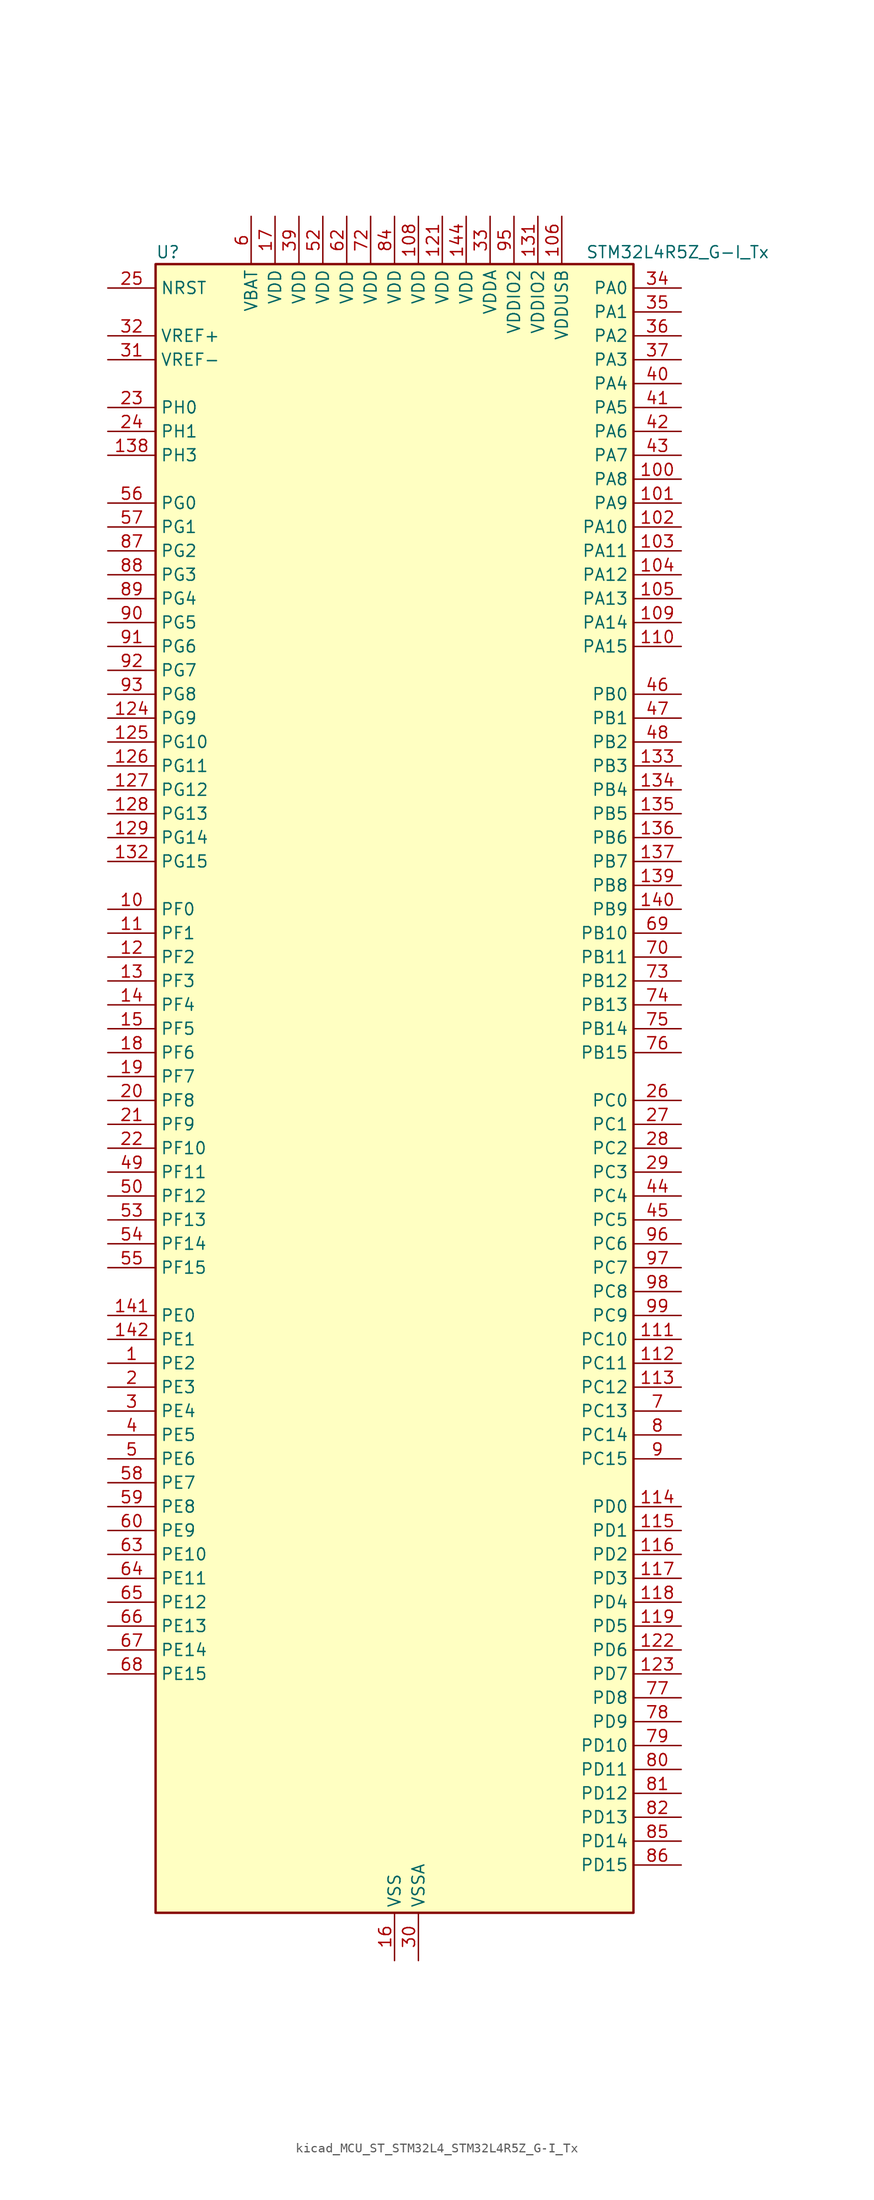
<source format=kicad_sym>
(kicad_symbol_lib
  (version 20220914)
  (generator kicad_symbol_editor)
  (symbol "kicad_MCU_ST_STM32L4_STM32L4R5Z_G-I_Tx"
    (property "Reference" "U"
      (at -25.4 90.17 0)
      (effects (font (size 1.27 1.27)) (justify left)))
    (property "Value" "STM32L4R5Z_G-I_Tx"
      (at 20.32 90.17 0)
      (effects (font (size 1.27 1.27)) (justify left)))
    (property "ki_locked" ""
      (at 0 0 0)
      (effects (font (size 1.27 1.27))))
    (symbol "kicad_MCU_ST_STM32L4_STM32L4R5Z_G-I_Tx_0_1"
      (rectangle (start -25.4 -86.36) (end 25.4 88.9) (stroke (width 0.254) (type default)) (fill (type background))))
    (symbol "kicad_MCU_ST_STM32L4_STM32L4R5Z_G-I_Tx_1_1"
      (pin bidirectional line (at -30.48 -27.94 0) (length 5.08) (name "PE2" (effects (font (size 1.27 1.27)))) (number "1" (effects (font (size 1.27 1.27)))) (alternate "FMC_A23" bidirectional line) (alternate "SAI1_CK1" bidirectional line) (alternate "SAI1_MCLK_A" bidirectional line) (alternate "SYS_TRACECLK" bidirectional line) (alternate "TIM3_ETR" bidirectional line) (alternate "TSC_G7_IO1" bidirectional line))
      (pin bidirectional line (at -30.48 20.32 0) (length 5.08) (name "PF0" (effects (font (size 1.27 1.27)))) (number "10" (effects (font (size 1.27 1.27)))) (alternate "FMC_A0" bidirectional line) (alternate "I2C2_SDA" bidirectional line) (alternate "OCTOSPIM_P2_IO0" bidirectional line))
      (pin bidirectional line (at 30.48 66.04 180) (length 5.08) (name "PA8" (effects (font (size 1.27 1.27)))) (number "100" (effects (font (size 1.27 1.27)))) (alternate "LPTIM2_OUT" bidirectional line) (alternate "RCC_MCO" bidirectional line) (alternate "SAI1_CK2" bidirectional line) (alternate "SAI1_SCK_A" bidirectional line) (alternate "TIM1_CH1" bidirectional line) (alternate "USART1_CK" bidirectional line) (alternate "USB_OTG_FS_SOF" bidirectional line))
      (pin bidirectional line (at 30.48 63.5 180) (length 5.08) (name "PA9" (effects (font (size 1.27 1.27)))) (number "101" (effects (font (size 1.27 1.27)))) (alternate "DAC1_EXTI9" bidirectional line) (alternate "DCMI_D0" bidirectional line) (alternate "SAI1_FS_A" bidirectional line) (alternate "SPI2_SCK" bidirectional line) (alternate "TIM15_BKIN" bidirectional line) (alternate "TIM1_CH2" bidirectional line) (alternate "USART1_TX" bidirectional line) (alternate "USB_OTG_FS_VBUS" bidirectional line))
      (pin bidirectional line (at 30.48 60.96 180) (length 5.08) (name "PA10" (effects (font (size 1.27 1.27)))) (number "102" (effects (font (size 1.27 1.27)))) (alternate "DCMI_D1" bidirectional line) (alternate "SAI1_D1" bidirectional line) (alternate "SAI1_SD_A" bidirectional line) (alternate "TIM17_BKIN" bidirectional line) (alternate "TIM1_CH3" bidirectional line) (alternate "USART1_RX" bidirectional line) (alternate "USB_OTG_FS_ID" bidirectional line))
      (pin bidirectional line (at 30.48 58.42 180) (length 5.08) (name "PA11" (effects (font (size 1.27 1.27)))) (number "103" (effects (font (size 1.27 1.27)))) (alternate "ADC1_EXTI11" bidirectional line) (alternate "CAN1_RX" bidirectional line) (alternate "SPI1_MISO" bidirectional line) (alternate "TIM1_BKIN2" bidirectional line) (alternate "TIM1_CH4" bidirectional line) (alternate "USART1_CTS" bidirectional line) (alternate "USART1_NSS" bidirectional line) (alternate "USB_OTG_FS_DM" bidirectional line))
      (pin bidirectional line (at 30.48 55.88 180) (length 5.08) (name "PA12" (effects (font (size 1.27 1.27)))) (number "104" (effects (font (size 1.27 1.27)))) (alternate "CAN1_TX" bidirectional line) (alternate "SPI1_MOSI" bidirectional line) (alternate "TIM1_ETR" bidirectional line) (alternate "USART1_DE" bidirectional line) (alternate "USART1_RTS" bidirectional line) (alternate "USB_OTG_FS_DP" bidirectional line))
      (pin bidirectional line (at 30.48 53.34 180) (length 5.08) (name "PA13" (effects (font (size 1.27 1.27)))) (number "105" (effects (font (size 1.27 1.27)))) (alternate "IR_OUT" bidirectional line) (alternate "SAI1_SD_B" bidirectional line) (alternate "SYS_JTMS-SWDIO" bidirectional line) (alternate "USB_OTG_FS_NOE" bidirectional line))
      (pin power_in line (at 17.78 93.98 270) (length 5.08) (name "VDDUSB" (effects (font (size 1.27 1.27)))) (number "106" (effects (font (size 1.27 1.27)))))
      (pin passive line (at 0 -91.44 90) (length 5.08) hide (name "VSS" (effects (font (size 1.27 1.27)))) (number "107" (effects (font (size 1.27 1.27)))))
      (pin power_in line (at 2.54 93.98 270) (length 5.08) (name "VDD" (effects (font (size 1.27 1.27)))) (number "108" (effects (font (size 1.27 1.27)))))
      (pin bidirectional line (at 30.48 50.8 180) (length 5.08) (name "PA14" (effects (font (size 1.27 1.27)))) (number "109" (effects (font (size 1.27 1.27)))) (alternate "I2C1_SMBA" bidirectional line) (alternate "I2C4_SMBA" bidirectional line) (alternate "LPTIM1_OUT" bidirectional line) (alternate "SAI1_FS_B" bidirectional line) (alternate "SYS_JTCK-SWCLK" bidirectional line) (alternate "USB_OTG_FS_SOF" bidirectional line))
      (pin bidirectional line (at -30.48 17.78 0) (length 5.08) (name "PF1" (effects (font (size 1.27 1.27)))) (number "11" (effects (font (size 1.27 1.27)))) (alternate "FMC_A1" bidirectional line) (alternate "I2C2_SCL" bidirectional line) (alternate "OCTOSPIM_P2_IO1" bidirectional line))
      (pin bidirectional line (at 30.48 48.26 180) (length 5.08) (name "PA15" (effects (font (size 1.27 1.27)))) (number "110" (effects (font (size 1.27 1.27)))) (alternate "ADC1_EXTI15" bidirectional line) (alternate "SAI2_FS_B" bidirectional line) (alternate "SPI1_NSS" bidirectional line) (alternate "SPI3_NSS" bidirectional line) (alternate "SYS_JTDI" bidirectional line) (alternate "TIM2_CH1" bidirectional line) (alternate "TIM2_ETR" bidirectional line) (alternate "TSC_G3_IO1" bidirectional line) (alternate "UART4_DE" bidirectional line) (alternate "UART4_RTS" bidirectional line) (alternate "USART2_RX" bidirectional line) (alternate "USART3_DE" bidirectional line) (alternate "USART3_RTS" bidirectional line))
      (pin bidirectional line (at 30.48 -25.4 180) (length 5.08) (name "PC10" (effects (font (size 1.27 1.27)))) (number "111" (effects (font (size 1.27 1.27)))) (alternate "DCMI_D8" bidirectional line) (alternate "SAI2_SCK_B" bidirectional line) (alternate "SDMMC1_D2" bidirectional line) (alternate "SPI3_SCK" bidirectional line) (alternate "SYS_TRACED1" bidirectional line) (alternate "TSC_G3_IO2" bidirectional line) (alternate "UART4_TX" bidirectional line) (alternate "USART3_TX" bidirectional line))
      (pin bidirectional line (at 30.48 -27.94 180) (length 5.08) (name "PC11" (effects (font (size 1.27 1.27)))) (number "112" (effects (font (size 1.27 1.27)))) (alternate "ADC1_EXTI11" bidirectional line) (alternate "DCMI_D2" bidirectional line) (alternate "DCMI_D4" bidirectional line) (alternate "OCTOSPIM_P1_NCS" bidirectional line) (alternate "SAI2_MCLK_B" bidirectional line) (alternate "SDMMC1_D3" bidirectional line) (alternate "SPI3_MISO" bidirectional line) (alternate "TSC_G3_IO3" bidirectional line) (alternate "UART4_RX" bidirectional line) (alternate "USART3_RX" bidirectional line))
      (pin bidirectional line (at 30.48 -30.48 180) (length 5.08) (name "PC12" (effects (font (size 1.27 1.27)))) (number "113" (effects (font (size 1.27 1.27)))) (alternate "DCMI_D9" bidirectional line) (alternate "SAI2_SD_B" bidirectional line) (alternate "SDMMC1_CK" bidirectional line) (alternate "SPI3_MOSI" bidirectional line) (alternate "SYS_TRACED3" bidirectional line) (alternate "TSC_G3_IO4" bidirectional line) (alternate "UART5_TX" bidirectional line) (alternate "USART3_CK" bidirectional line))
      (pin bidirectional line (at 30.48 -43.18 180) (length 5.08) (name "PD0" (effects (font (size 1.27 1.27)))) (number "114" (effects (font (size 1.27 1.27)))) (alternate "CAN1_RX" bidirectional line) (alternate "DFSDM1_DATIN7" bidirectional line) (alternate "FMC_D2" bidirectional line) (alternate "FMC_DA2" bidirectional line) (alternate "SPI2_NSS" bidirectional line))
      (pin bidirectional line (at 30.48 -45.72 180) (length 5.08) (name "PD1" (effects (font (size 1.27 1.27)))) (number "115" (effects (font (size 1.27 1.27)))) (alternate "CAN1_TX" bidirectional line) (alternate "DFSDM1_CKIN7" bidirectional line) (alternate "FMC_D3" bidirectional line) (alternate "FMC_DA3" bidirectional line) (alternate "SPI2_SCK" bidirectional line))
      (pin bidirectional line (at 30.48 -48.26 180) (length 5.08) (name "PD2" (effects (font (size 1.27 1.27)))) (number "116" (effects (font (size 1.27 1.27)))) (alternate "DCMI_D11" bidirectional line) (alternate "SDMMC1_CMD" bidirectional line) (alternate "SYS_TRACED2" bidirectional line) (alternate "TIM3_ETR" bidirectional line) (alternate "TSC_SYNC" bidirectional line) (alternate "UART5_RX" bidirectional line) (alternate "USART3_DE" bidirectional line) (alternate "USART3_RTS" bidirectional line))
      (pin bidirectional line (at 30.48 -50.8 180) (length 5.08) (name "PD3" (effects (font (size 1.27 1.27)))) (number "117" (effects (font (size 1.27 1.27)))) (alternate "DCMI_D5" bidirectional line) (alternate "DFSDM1_DATIN0" bidirectional line) (alternate "FMC_CLK" bidirectional line) (alternate "OCTOSPIM_P2_NCS" bidirectional line) (alternate "SPI2_MISO" bidirectional line) (alternate "SPI2_SCK" bidirectional line) (alternate "USART2_CTS" bidirectional line) (alternate "USART2_NSS" bidirectional line))
      (pin bidirectional line (at 30.48 -53.34 180) (length 5.08) (name "PD4" (effects (font (size 1.27 1.27)))) (number "118" (effects (font (size 1.27 1.27)))) (alternate "DFSDM1_CKIN0" bidirectional line) (alternate "FMC_NOE" bidirectional line) (alternate "OCTOSPIM_P1_IO4" bidirectional line) (alternate "SPI2_MOSI" bidirectional line) (alternate "USART2_DE" bidirectional line) (alternate "USART2_RTS" bidirectional line))
      (pin bidirectional line (at 30.48 -55.88 180) (length 5.08) (name "PD5" (effects (font (size 1.27 1.27)))) (number "119" (effects (font (size 1.27 1.27)))) (alternate "FMC_NWE" bidirectional line) (alternate "OCTOSPIM_P1_IO5" bidirectional line) (alternate "USART2_TX" bidirectional line))
      (pin bidirectional line (at -30.48 15.24 0) (length 5.08) (name "PF2" (effects (font (size 1.27 1.27)))) (number "12" (effects (font (size 1.27 1.27)))) (alternate "FMC_A2" bidirectional line) (alternate "I2C2_SMBA" bidirectional line) (alternate "OCTOSPIM_P2_IO2" bidirectional line))
      (pin passive line (at 0 -91.44 90) (length 5.08) hide (name "VSS" (effects (font (size 1.27 1.27)))) (number "120" (effects (font (size 1.27 1.27)))))
      (pin power_in line (at 5.08 93.98 270) (length 5.08) (name "VDD" (effects (font (size 1.27 1.27)))) (number "121" (effects (font (size 1.27 1.27)))))
      (pin bidirectional line (at 30.48 -58.42 180) (length 5.08) (name "PD6" (effects (font (size 1.27 1.27)))) (number "122" (effects (font (size 1.27 1.27)))) (alternate "DCMI_D10" bidirectional line) (alternate "DFSDM1_DATIN1" bidirectional line) (alternate "FMC_NWAIT" bidirectional line) (alternate "OCTOSPIM_P1_IO6" bidirectional line) (alternate "SAI1_D1" bidirectional line) (alternate "SAI1_SD_A" bidirectional line) (alternate "SPI3_MOSI" bidirectional line) (alternate "USART2_RX" bidirectional line))
      (pin bidirectional line (at 30.48 -60.96 180) (length 5.08) (name "PD7" (effects (font (size 1.27 1.27)))) (number "123" (effects (font (size 1.27 1.27)))) (alternate "DFSDM1_CKIN1" bidirectional line) (alternate "FMC_NCE" bidirectional line) (alternate "FMC_NE1" bidirectional line) (alternate "OCTOSPIM_P1_IO7" bidirectional line) (alternate "USART2_CK" bidirectional line))
      (pin bidirectional line (at -30.48 40.64 0) (length 5.08) (name "PG9" (effects (font (size 1.27 1.27)))) (number "124" (effects (font (size 1.27 1.27)))) (alternate "DAC1_EXTI9" bidirectional line) (alternate "FMC_NCE" bidirectional line) (alternate "FMC_NE2" bidirectional line) (alternate "OCTOSPIM_P2_IO6" bidirectional line) (alternate "SAI2_SCK_A" bidirectional line) (alternate "SPI3_SCK" bidirectional line) (alternate "TIM15_CH1N" bidirectional line) (alternate "USART1_TX" bidirectional line))
      (pin bidirectional line (at -30.48 38.1 0) (length 5.08) (name "PG10" (effects (font (size 1.27 1.27)))) (number "125" (effects (font (size 1.27 1.27)))) (alternate "FMC_NE3" bidirectional line) (alternate "LPTIM1_IN1" bidirectional line) (alternate "OCTOSPIM_P2_IO7" bidirectional line) (alternate "SAI2_FS_A" bidirectional line) (alternate "SPI3_MISO" bidirectional line) (alternate "TIM15_CH1" bidirectional line) (alternate "USART1_RX" bidirectional line))
      (pin bidirectional line (at -30.48 35.56 0) (length 5.08) (name "PG11" (effects (font (size 1.27 1.27)))) (number "126" (effects (font (size 1.27 1.27)))) (alternate "ADC1_EXTI11" bidirectional line) (alternate "LPTIM1_IN2" bidirectional line) (alternate "OCTOSPIM_P1_IO5" bidirectional line) (alternate "SAI2_MCLK_A" bidirectional line) (alternate "SPI3_MOSI" bidirectional line) (alternate "TIM15_CH2" bidirectional line) (alternate "USART1_CTS" bidirectional line) (alternate "USART1_NSS" bidirectional line))
      (pin bidirectional line (at -30.48 33.02 0) (length 5.08) (name "PG12" (effects (font (size 1.27 1.27)))) (number "127" (effects (font (size 1.27 1.27)))) (alternate "FMC_NE4" bidirectional line) (alternate "LPTIM1_ETR" bidirectional line) (alternate "OCTOSPIM_P2_NCS" bidirectional line) (alternate "SAI2_SD_A" bidirectional line) (alternate "SPI3_NSS" bidirectional line) (alternate "USART1_DE" bidirectional line) (alternate "USART1_RTS" bidirectional line))
      (pin bidirectional line (at -30.48 30.48 0) (length 5.08) (name "PG13" (effects (font (size 1.27 1.27)))) (number "128" (effects (font (size 1.27 1.27)))) (alternate "FMC_A24" bidirectional line) (alternate "I2C1_SDA" bidirectional line) (alternate "USART1_CK" bidirectional line))
      (pin bidirectional line (at -30.48 27.94 0) (length 5.08) (name "PG14" (effects (font (size 1.27 1.27)))) (number "129" (effects (font (size 1.27 1.27)))) (alternate "FMC_A25" bidirectional line) (alternate "I2C1_SCL" bidirectional line))
      (pin bidirectional line (at -30.48 12.7 0) (length 5.08) (name "PF3" (effects (font (size 1.27 1.27)))) (number "13" (effects (font (size 1.27 1.27)))) (alternate "FMC_A3" bidirectional line) (alternate "OCTOSPIM_P2_IO3" bidirectional line))
      (pin passive line (at 0 -91.44 90) (length 5.08) hide (name "VSS" (effects (font (size 1.27 1.27)))) (number "130" (effects (font (size 1.27 1.27)))))
      (pin power_in line (at 15.24 93.98 270) (length 5.08) (name "VDDIO2" (effects (font (size 1.27 1.27)))) (number "131" (effects (font (size 1.27 1.27)))))
      (pin bidirectional line (at -30.48 25.4 0) (length 5.08) (name "PG15" (effects (font (size 1.27 1.27)))) (number "132" (effects (font (size 1.27 1.27)))) (alternate "ADC1_EXTI15" bidirectional line) (alternate "DCMI_D13" bidirectional line) (alternate "I2C1_SMBA" bidirectional line) (alternate "LPTIM1_OUT" bidirectional line) (alternate "OCTOSPIM_P2_DQS" bidirectional line))
      (pin bidirectional line (at 30.48 35.56 180) (length 5.08) (name "PB3" (effects (font (size 1.27 1.27)))) (number "133" (effects (font (size 1.27 1.27)))) (alternate "COMP2_INM" bidirectional line) (alternate "CRS_SYNC" bidirectional line) (alternate "SAI1_SCK_B" bidirectional line) (alternate "SPI1_SCK" bidirectional line) (alternate "SPI3_SCK" bidirectional line) (alternate "SYS_JTDO-SWO" bidirectional line) (alternate "TIM2_CH2" bidirectional line) (alternate "USART1_DE" bidirectional line) (alternate "USART1_RTS" bidirectional line))
      (pin bidirectional line (at 30.48 33.02 180) (length 5.08) (name "PB4" (effects (font (size 1.27 1.27)))) (number "134" (effects (font (size 1.27 1.27)))) (alternate "COMP2_INP" bidirectional line) (alternate "DCMI_D12" bidirectional line) (alternate "I2C3_SDA" bidirectional line) (alternate "SAI1_MCLK_B" bidirectional line) (alternate "SPI1_MISO" bidirectional line) (alternate "SPI3_MISO" bidirectional line) (alternate "SYS_JTRST" bidirectional line) (alternate "TIM17_BKIN" bidirectional line) (alternate "TIM3_CH1" bidirectional line) (alternate "TSC_G2_IO1" bidirectional line) (alternate "UART5_DE" bidirectional line) (alternate "UART5_RTS" bidirectional line) (alternate "USART1_CTS" bidirectional line) (alternate "USART1_NSS" bidirectional line))
      (pin bidirectional line (at 30.48 30.48 180) (length 5.08) (name "PB5" (effects (font (size 1.27 1.27)))) (number "135" (effects (font (size 1.27 1.27)))) (alternate "COMP2_OUT" bidirectional line) (alternate "DCMI_D10" bidirectional line) (alternate "I2C1_SMBA" bidirectional line) (alternate "LPTIM1_IN1" bidirectional line) (alternate "SAI1_SD_B" bidirectional line) (alternate "SPI1_MOSI" bidirectional line) (alternate "SPI3_MOSI" bidirectional line) (alternate "TIM16_BKIN" bidirectional line) (alternate "TIM3_CH2" bidirectional line) (alternate "TSC_G2_IO2" bidirectional line) (alternate "UART5_CTS" bidirectional line) (alternate "USART1_CK" bidirectional line))
      (pin bidirectional line (at 30.48 27.94 180) (length 5.08) (name "PB6" (effects (font (size 1.27 1.27)))) (number "136" (effects (font (size 1.27 1.27)))) (alternate "COMP2_INP" bidirectional line) (alternate "DCMI_D5" bidirectional line) (alternate "DFSDM1_DATIN5" bidirectional line) (alternate "I2C1_SCL" bidirectional line) (alternate "I2C4_SCL" bidirectional line) (alternate "LPTIM1_ETR" bidirectional line) (alternate "SAI1_FS_B" bidirectional line) (alternate "TIM16_CH1N" bidirectional line) (alternate "TIM4_CH1" bidirectional line) (alternate "TIM8_BKIN2" bidirectional line) (alternate "TSC_G2_IO3" bidirectional line) (alternate "USART1_TX" bidirectional line))
      (pin bidirectional line (at 30.48 25.4 180) (length 5.08) (name "PB7" (effects (font (size 1.27 1.27)))) (number "137" (effects (font (size 1.27 1.27)))) (alternate "COMP2_INM" bidirectional line) (alternate "DCMI_VSYNC" bidirectional line) (alternate "DFSDM1_CKIN5" bidirectional line) (alternate "FMC_NL" bidirectional line) (alternate "I2C1_SDA" bidirectional line) (alternate "I2C4_SDA" bidirectional line) (alternate "LPTIM1_IN2" bidirectional line) (alternate "SYS_PVD_IN" bidirectional line) (alternate "TIM17_CH1N" bidirectional line) (alternate "TIM4_CH2" bidirectional line) (alternate "TIM8_BKIN" bidirectional line) (alternate "TSC_G2_IO4" bidirectional line) (alternate "UART4_CTS" bidirectional line) (alternate "USART1_RX" bidirectional line))
      (pin bidirectional line (at -30.48 68.58 0) (length 5.08) (name "PH3" (effects (font (size 1.27 1.27)))) (number "138" (effects (font (size 1.27 1.27)))))
      (pin bidirectional line (at 30.48 22.86 180) (length 5.08) (name "PB8" (effects (font (size 1.27 1.27)))) (number "139" (effects (font (size 1.27 1.27)))) (alternate "CAN1_RX" bidirectional line) (alternate "DCMI_D6" bidirectional line) (alternate "DFSDM1_CKOUT" bidirectional line) (alternate "DFSDM1_DATIN6" bidirectional line) (alternate "I2C1_SCL" bidirectional line) (alternate "SAI1_CK1" bidirectional line) (alternate "SAI1_MCLK_A" bidirectional line) (alternate "SDMMC1_CKIN" bidirectional line) (alternate "SDMMC1_D4" bidirectional line) (alternate "TIM16_CH1" bidirectional line) (alternate "TIM4_CH3" bidirectional line))
      (pin bidirectional line (at -30.48 10.16 0) (length 5.08) (name "PF4" (effects (font (size 1.27 1.27)))) (number "14" (effects (font (size 1.27 1.27)))) (alternate "FMC_A4" bidirectional line) (alternate "OCTOSPIM_P2_CLK" bidirectional line))
      (pin bidirectional line (at 30.48 20.32 180) (length 5.08) (name "PB9" (effects (font (size 1.27 1.27)))) (number "140" (effects (font (size 1.27 1.27)))) (alternate "CAN1_TX" bidirectional line) (alternate "DAC1_EXTI9" bidirectional line) (alternate "DCMI_D7" bidirectional line) (alternate "DFSDM1_CKIN6" bidirectional line) (alternate "I2C1_SDA" bidirectional line) (alternate "IR_OUT" bidirectional line) (alternate "SAI1_D2" bidirectional line) (alternate "SAI1_FS_A" bidirectional line) (alternate "SDMMC1_CDIR" bidirectional line) (alternate "SDMMC1_D5" bidirectional line) (alternate "SPI2_NSS" bidirectional line) (alternate "TIM17_CH1" bidirectional line) (alternate "TIM4_CH4" bidirectional line))
      (pin bidirectional line (at -30.48 -22.86 0) (length 5.08) (name "PE0" (effects (font (size 1.27 1.27)))) (number "141" (effects (font (size 1.27 1.27)))) (alternate "DCMI_D2" bidirectional line) (alternate "FMC_NBL0" bidirectional line) (alternate "TIM16_CH1" bidirectional line) (alternate "TIM4_ETR" bidirectional line))
      (pin bidirectional line (at -30.48 -25.4 0) (length 5.08) (name "PE1" (effects (font (size 1.27 1.27)))) (number "142" (effects (font (size 1.27 1.27)))) (alternate "DCMI_D3" bidirectional line) (alternate "FMC_NBL1" bidirectional line) (alternate "TIM17_CH1" bidirectional line))
      (pin passive line (at 0 -91.44 90) (length 5.08) hide (name "VSS" (effects (font (size 1.27 1.27)))) (number "143" (effects (font (size 1.27 1.27)))))
      (pin power_in line (at 7.62 93.98 270) (length 5.08) (name "VDD" (effects (font (size 1.27 1.27)))) (number "144" (effects (font (size 1.27 1.27)))))
      (pin bidirectional line (at -30.48 7.62 0) (length 5.08) (name "PF5" (effects (font (size 1.27 1.27)))) (number "15" (effects (font (size 1.27 1.27)))) (alternate "FMC_A5" bidirectional line))
      (pin power_in line (at 0 -91.44 90) (length 5.08) (name "VSS" (effects (font (size 1.27 1.27)))) (number "16" (effects (font (size 1.27 1.27)))))
      (pin power_in line (at -12.7 93.98 270) (length 5.08) (name "VDD" (effects (font (size 1.27 1.27)))) (number "17" (effects (font (size 1.27 1.27)))))
      (pin bidirectional line (at -30.48 5.08 0) (length 5.08) (name "PF6" (effects (font (size 1.27 1.27)))) (number "18" (effects (font (size 1.27 1.27)))) (alternate "OCTOSPIM_P1_IO3" bidirectional line) (alternate "SAI1_SD_B" bidirectional line) (alternate "TIM5_CH1" bidirectional line) (alternate "TIM5_ETR" bidirectional line))
      (pin bidirectional line (at -30.48 2.54 0) (length 5.08) (name "PF7" (effects (font (size 1.27 1.27)))) (number "19" (effects (font (size 1.27 1.27)))) (alternate "OCTOSPIM_P1_IO2" bidirectional line) (alternate "SAI1_MCLK_B" bidirectional line) (alternate "TIM5_CH2" bidirectional line))
      (pin bidirectional line (at -30.48 -30.48 0) (length 5.08) (name "PE3" (effects (font (size 1.27 1.27)))) (number "2" (effects (font (size 1.27 1.27)))) (alternate "FMC_A19" bidirectional line) (alternate "OCTOSPIM_P1_DQS" bidirectional line) (alternate "SAI1_SD_B" bidirectional line) (alternate "SYS_TRACED0" bidirectional line) (alternate "TIM3_CH1" bidirectional line) (alternate "TSC_G7_IO2" bidirectional line))
      (pin bidirectional line (at -30.48 0 0) (length 5.08) (name "PF8" (effects (font (size 1.27 1.27)))) (number "20" (effects (font (size 1.27 1.27)))) (alternate "OCTOSPIM_P1_IO0" bidirectional line) (alternate "SAI1_SCK_B" bidirectional line) (alternate "TIM5_CH3" bidirectional line))
      (pin bidirectional line (at -30.48 -2.54 0) (length 5.08) (name "PF9" (effects (font (size 1.27 1.27)))) (number "21" (effects (font (size 1.27 1.27)))) (alternate "DAC1_EXTI9" bidirectional line) (alternate "OCTOSPIM_P1_IO1" bidirectional line) (alternate "SAI1_FS_B" bidirectional line) (alternate "TIM15_CH1" bidirectional line) (alternate "TIM5_CH4" bidirectional line))
      (pin bidirectional line (at -30.48 -5.08 0) (length 5.08) (name "PF10" (effects (font (size 1.27 1.27)))) (number "22" (effects (font (size 1.27 1.27)))) (alternate "DCMI_D11" bidirectional line) (alternate "DFSDM1_CKOUT" bidirectional line) (alternate "OCTOSPIM_P1_CLK" bidirectional line) (alternate "SAI1_D3" bidirectional line) (alternate "TIM15_CH2" bidirectional line))
      (pin bidirectional line (at -30.48 73.66 0) (length 5.08) (name "PH0" (effects (font (size 1.27 1.27)))) (number "23" (effects (font (size 1.27 1.27)))) (alternate "RCC_OSC_IN" bidirectional line))
      (pin bidirectional line (at -30.48 71.12 0) (length 5.08) (name "PH1" (effects (font (size 1.27 1.27)))) (number "24" (effects (font (size 1.27 1.27)))) (alternate "RCC_OSC_OUT" bidirectional line))
      (pin input line (at -30.48 86.36 0) (length 5.08) (name "NRST" (effects (font (size 1.27 1.27)))) (number "25" (effects (font (size 1.27 1.27)))))
      (pin bidirectional line (at 30.48 0 180) (length 5.08) (name "PC0" (effects (font (size 1.27 1.27)))) (number "26" (effects (font (size 1.27 1.27)))) (alternate "ADC1_IN1" bidirectional line) (alternate "DFSDM1_DATIN4" bidirectional line) (alternate "I2C3_SCL" bidirectional line) (alternate "LPTIM1_IN1" bidirectional line) (alternate "LPTIM2_IN1" bidirectional line) (alternate "LPUART1_RX" bidirectional line) (alternate "SAI2_FS_A" bidirectional line))
      (pin bidirectional line (at 30.48 -2.54 180) (length 5.08) (name "PC1" (effects (font (size 1.27 1.27)))) (number "27" (effects (font (size 1.27 1.27)))) (alternate "ADC1_IN2" bidirectional line) (alternate "DFSDM1_CKIN4" bidirectional line) (alternate "I2C3_SDA" bidirectional line) (alternate "LPTIM1_OUT" bidirectional line) (alternate "LPUART1_TX" bidirectional line) (alternate "OCTOSPIM_P1_IO4" bidirectional line) (alternate "SAI1_SD_A" bidirectional line) (alternate "SPI2_MOSI" bidirectional line) (alternate "SYS_TRACED0" bidirectional line))
      (pin bidirectional line (at 30.48 -5.08 180) (length 5.08) (name "PC2" (effects (font (size 1.27 1.27)))) (number "28" (effects (font (size 1.27 1.27)))) (alternate "ADC1_IN3" bidirectional line) (alternate "DFSDM1_CKOUT" bidirectional line) (alternate "LPTIM1_IN2" bidirectional line) (alternate "OCTOSPIM_P1_IO5" bidirectional line) (alternate "SPI2_MISO" bidirectional line))
      (pin bidirectional line (at 30.48 -7.62 180) (length 5.08) (name "PC3" (effects (font (size 1.27 1.27)))) (number "29" (effects (font (size 1.27 1.27)))) (alternate "ADC1_IN4" bidirectional line) (alternate "LPTIM1_ETR" bidirectional line) (alternate "LPTIM2_ETR" bidirectional line) (alternate "OCTOSPIM_P1_IO6" bidirectional line) (alternate "SAI1_D1" bidirectional line) (alternate "SAI1_SD_A" bidirectional line) (alternate "SPI2_MOSI" bidirectional line))
      (pin bidirectional line (at -30.48 -33.02 0) (length 5.08) (name "PE4" (effects (font (size 1.27 1.27)))) (number "3" (effects (font (size 1.27 1.27)))) (alternate "DCMI_D4" bidirectional line) (alternate "DFSDM1_DATIN3" bidirectional line) (alternate "FMC_A20" bidirectional line) (alternate "SAI1_D2" bidirectional line) (alternate "SAI1_FS_A" bidirectional line) (alternate "SYS_TRACED1" bidirectional line) (alternate "TIM3_CH2" bidirectional line) (alternate "TSC_G7_IO3" bidirectional line))
      (pin power_in line (at 2.54 -91.44 90) (length 5.08) (name "VSSA" (effects (font (size 1.27 1.27)))) (number "30" (effects (font (size 1.27 1.27)))))
      (pin input line (at -30.48 78.74 0) (length 5.08) (name "VREF-" (effects (font (size 1.27 1.27)))) (number "31" (effects (font (size 1.27 1.27)))))
      (pin input line (at -30.48 81.28 0) (length 5.08) (name "VREF+" (effects (font (size 1.27 1.27)))) (number "32" (effects (font (size 1.27 1.27)))) (alternate "VREFBUF_OUT" bidirectional line))
      (pin power_in line (at 10.16 93.98 270) (length 5.08) (name "VDDA" (effects (font (size 1.27 1.27)))) (number "33" (effects (font (size 1.27 1.27)))))
      (pin bidirectional line (at 30.48 86.36 180) (length 5.08) (name "PA0" (effects (font (size 1.27 1.27)))) (number "34" (effects (font (size 1.27 1.27)))) (alternate "ADC1_IN5" bidirectional line) (alternate "OPAMP1_VINP" bidirectional line) (alternate "RTC_TAMP2" bidirectional line) (alternate "SAI1_EXTCLK" bidirectional line) (alternate "SYS_WKUP1" bidirectional line) (alternate "TIM2_CH1" bidirectional line) (alternate "TIM2_ETR" bidirectional line) (alternate "TIM5_CH1" bidirectional line) (alternate "TIM8_ETR" bidirectional line) (alternate "UART4_TX" bidirectional line) (alternate "USART2_CTS" bidirectional line) (alternate "USART2_NSS" bidirectional line))
      (pin bidirectional line (at 30.48 83.82 180) (length 5.08) (name "PA1" (effects (font (size 1.27 1.27)))) (number "35" (effects (font (size 1.27 1.27)))) (alternate "ADC1_IN6" bidirectional line) (alternate "I2C1_SMBA" bidirectional line) (alternate "OCTOSPIM_P1_DQS" bidirectional line) (alternate "OPAMP1_VINM" bidirectional line) (alternate "SPI1_SCK" bidirectional line) (alternate "TIM15_CH1N" bidirectional line) (alternate "TIM2_CH2" bidirectional line) (alternate "TIM5_CH2" bidirectional line) (alternate "UART4_RX" bidirectional line) (alternate "USART2_DE" bidirectional line) (alternate "USART2_RTS" bidirectional line))
      (pin bidirectional line (at 30.48 81.28 180) (length 5.08) (name "PA2" (effects (font (size 1.27 1.27)))) (number "36" (effects (font (size 1.27 1.27)))) (alternate "ADC1_IN7" bidirectional line) (alternate "LPUART1_TX" bidirectional line) (alternate "OCTOSPIM_P1_NCS" bidirectional line) (alternate "RCC_LSCO" bidirectional line) (alternate "SAI2_EXTCLK" bidirectional line) (alternate "SYS_WKUP4" bidirectional line) (alternate "TIM15_CH1" bidirectional line) (alternate "TIM2_CH3" bidirectional line) (alternate "TIM5_CH3" bidirectional line) (alternate "USART2_TX" bidirectional line))
      (pin bidirectional line (at 30.48 78.74 180) (length 5.08) (name "PA3" (effects (font (size 1.27 1.27)))) (number "37" (effects (font (size 1.27 1.27)))) (alternate "ADC1_IN8" bidirectional line) (alternate "LPUART1_RX" bidirectional line) (alternate "OCTOSPIM_P1_CLK" bidirectional line) (alternate "OPAMP1_VOUT" bidirectional line) (alternate "SAI1_CK1" bidirectional line) (alternate "SAI1_MCLK_A" bidirectional line) (alternate "TIM15_CH2" bidirectional line) (alternate "TIM2_CH4" bidirectional line) (alternate "TIM5_CH4" bidirectional line) (alternate "USART2_RX" bidirectional line))
      (pin passive line (at 0 -91.44 90) (length 5.08) hide (name "VSS" (effects (font (size 1.27 1.27)))) (number "38" (effects (font (size 1.27 1.27)))))
      (pin power_in line (at -10.16 93.98 270) (length 5.08) (name "VDD" (effects (font (size 1.27 1.27)))) (number "39" (effects (font (size 1.27 1.27)))))
      (pin bidirectional line (at -30.48 -35.56 0) (length 5.08) (name "PE5" (effects (font (size 1.27 1.27)))) (number "4" (effects (font (size 1.27 1.27)))) (alternate "DCMI_D6" bidirectional line) (alternate "DFSDM1_CKIN3" bidirectional line) (alternate "FMC_A21" bidirectional line) (alternate "SAI1_CK2" bidirectional line) (alternate "SAI1_SCK_A" bidirectional line) (alternate "SYS_TRACED2" bidirectional line) (alternate "TIM3_CH3" bidirectional line) (alternate "TSC_G7_IO4" bidirectional line))
      (pin bidirectional line (at 30.48 76.2 180) (length 5.08) (name "PA4" (effects (font (size 1.27 1.27)))) (number "40" (effects (font (size 1.27 1.27)))) (alternate "ADC1_IN9" bidirectional line) (alternate "DAC1_OUT1" bidirectional line) (alternate "DCMI_HSYNC" bidirectional line) (alternate "LPTIM2_OUT" bidirectional line) (alternate "OCTOSPIM_P1_NCS" bidirectional line) (alternate "SAI1_FS_B" bidirectional line) (alternate "SPI1_NSS" bidirectional line) (alternate "SPI3_NSS" bidirectional line) (alternate "USART2_CK" bidirectional line))
      (pin bidirectional line (at 30.48 73.66 180) (length 5.08) (name "PA5" (effects (font (size 1.27 1.27)))) (number "41" (effects (font (size 1.27 1.27)))) (alternate "ADC1_IN10" bidirectional line) (alternate "DAC1_OUT2" bidirectional line) (alternate "LPTIM2_ETR" bidirectional line) (alternate "SPI1_SCK" bidirectional line) (alternate "TIM2_CH1" bidirectional line) (alternate "TIM2_ETR" bidirectional line) (alternate "TIM8_CH1N" bidirectional line))
      (pin bidirectional line (at 30.48 71.12 180) (length 5.08) (name "PA6" (effects (font (size 1.27 1.27)))) (number "42" (effects (font (size 1.27 1.27)))) (alternate "ADC1_IN11" bidirectional line) (alternate "DCMI_PIXCLK" bidirectional line) (alternate "LPUART1_CTS" bidirectional line) (alternate "OCTOSPIM_P1_IO3" bidirectional line) (alternate "OPAMP2_VINP" bidirectional line) (alternate "SPI1_MISO" bidirectional line) (alternate "TIM16_CH1" bidirectional line) (alternate "TIM1_BKIN" bidirectional line) (alternate "TIM3_CH1" bidirectional line) (alternate "TIM8_BKIN" bidirectional line) (alternate "USART3_CTS" bidirectional line) (alternate "USART3_NSS" bidirectional line))
      (pin bidirectional line (at 30.48 68.58 180) (length 5.08) (name "PA7" (effects (font (size 1.27 1.27)))) (number "43" (effects (font (size 1.27 1.27)))) (alternate "ADC1_IN12" bidirectional line) (alternate "I2C3_SCL" bidirectional line) (alternate "OCTOSPIM_P1_IO2" bidirectional line) (alternate "OPAMP2_VINM" bidirectional line) (alternate "SPI1_MOSI" bidirectional line) (alternate "TIM17_CH1" bidirectional line) (alternate "TIM1_CH1N" bidirectional line) (alternate "TIM3_CH2" bidirectional line) (alternate "TIM8_CH1N" bidirectional line))
      (pin bidirectional line (at 30.48 -10.16 180) (length 5.08) (name "PC4" (effects (font (size 1.27 1.27)))) (number "44" (effects (font (size 1.27 1.27)))) (alternate "ADC1_IN13" bidirectional line) (alternate "COMP1_INM" bidirectional line) (alternate "OCTOSPIM_P1_IO7" bidirectional line) (alternate "USART3_TX" bidirectional line))
      (pin bidirectional line (at 30.48 -12.7 180) (length 5.08) (name "PC5" (effects (font (size 1.27 1.27)))) (number "45" (effects (font (size 1.27 1.27)))) (alternate "ADC1_IN14" bidirectional line) (alternate "COMP1_INP" bidirectional line) (alternate "SAI1_D3" bidirectional line) (alternate "SYS_WKUP5" bidirectional line) (alternate "USART3_RX" bidirectional line))
      (pin bidirectional line (at 30.48 43.18 180) (length 5.08) (name "PB0" (effects (font (size 1.27 1.27)))) (number "46" (effects (font (size 1.27 1.27)))) (alternate "ADC1_IN15" bidirectional line) (alternate "COMP1_OUT" bidirectional line) (alternate "OCTOSPIM_P1_IO1" bidirectional line) (alternate "OPAMP2_VOUT" bidirectional line) (alternate "SAI1_EXTCLK" bidirectional line) (alternate "SPI1_NSS" bidirectional line) (alternate "TIM1_CH2N" bidirectional line) (alternate "TIM3_CH3" bidirectional line) (alternate "TIM8_CH2N" bidirectional line) (alternate "USART3_CK" bidirectional line))
      (pin bidirectional line (at 30.48 40.64 180) (length 5.08) (name "PB1" (effects (font (size 1.27 1.27)))) (number "47" (effects (font (size 1.27 1.27)))) (alternate "ADC1_IN16" bidirectional line) (alternate "COMP1_INM" bidirectional line) (alternate "DFSDM1_DATIN0" bidirectional line) (alternate "LPTIM2_IN1" bidirectional line) (alternate "LPUART1_DE" bidirectional line) (alternate "LPUART1_RTS" bidirectional line) (alternate "OCTOSPIM_P1_IO0" bidirectional line) (alternate "TIM1_CH3N" bidirectional line) (alternate "TIM3_CH4" bidirectional line) (alternate "TIM8_CH3N" bidirectional line) (alternate "USART3_DE" bidirectional line) (alternate "USART3_RTS" bidirectional line))
      (pin bidirectional line (at 30.48 38.1 180) (length 5.08) (name "PB2" (effects (font (size 1.27 1.27)))) (number "48" (effects (font (size 1.27 1.27)))) (alternate "COMP1_INP" bidirectional line) (alternate "DFSDM1_CKIN0" bidirectional line) (alternate "I2C3_SMBA" bidirectional line) (alternate "LPTIM1_OUT" bidirectional line) (alternate "OCTOSPIM_P1_DQS" bidirectional line) (alternate "RTC_OUT_ALARM" bidirectional line) (alternate "RTC_OUT_CALIB" bidirectional line))
      (pin bidirectional line (at -30.48 -7.62 0) (length 5.08) (name "PF11" (effects (font (size 1.27 1.27)))) (number "49" (effects (font (size 1.27 1.27)))) (alternate "ADC1_EXTI11" bidirectional line) (alternate "DCMI_D12" bidirectional line))
      (pin bidirectional line (at -30.48 -38.1 0) (length 5.08) (name "PE6" (effects (font (size 1.27 1.27)))) (number "5" (effects (font (size 1.27 1.27)))) (alternate "DCMI_D7" bidirectional line) (alternate "FMC_A22" bidirectional line) (alternate "RTC_TAMP3" bidirectional line) (alternate "SAI1_D1" bidirectional line) (alternate "SAI1_SD_A" bidirectional line) (alternate "SYS_TRACED3" bidirectional line) (alternate "SYS_WKUP3" bidirectional line) (alternate "TIM3_CH4" bidirectional line))
      (pin bidirectional line (at -30.48 -10.16 0) (length 5.08) (name "PF12" (effects (font (size 1.27 1.27)))) (number "50" (effects (font (size 1.27 1.27)))) (alternate "FMC_A6" bidirectional line) (alternate "OCTOSPIM_P2_DQS" bidirectional line))
      (pin passive line (at 0 -91.44 90) (length 5.08) hide (name "VSS" (effects (font (size 1.27 1.27)))) (number "51" (effects (font (size 1.27 1.27)))))
      (pin power_in line (at -7.62 93.98 270) (length 5.08) (name "VDD" (effects (font (size 1.27 1.27)))) (number "52" (effects (font (size 1.27 1.27)))))
      (pin bidirectional line (at -30.48 -12.7 0) (length 5.08) (name "PF13" (effects (font (size 1.27 1.27)))) (number "53" (effects (font (size 1.27 1.27)))) (alternate "DFSDM1_DATIN6" bidirectional line) (alternate "FMC_A7" bidirectional line) (alternate "I2C4_SMBA" bidirectional line))
      (pin bidirectional line (at -30.48 -15.24 0) (length 5.08) (name "PF14" (effects (font (size 1.27 1.27)))) (number "54" (effects (font (size 1.27 1.27)))) (alternate "DFSDM1_CKIN6" bidirectional line) (alternate "FMC_A8" bidirectional line) (alternate "I2C4_SCL" bidirectional line) (alternate "TSC_G8_IO1" bidirectional line))
      (pin bidirectional line (at -30.48 -17.78 0) (length 5.08) (name "PF15" (effects (font (size 1.27 1.27)))) (number "55" (effects (font (size 1.27 1.27)))) (alternate "ADC1_EXTI15" bidirectional line) (alternate "FMC_A9" bidirectional line) (alternate "I2C4_SDA" bidirectional line) (alternate "TSC_G8_IO2" bidirectional line))
      (pin bidirectional line (at -30.48 63.5 0) (length 5.08) (name "PG0" (effects (font (size 1.27 1.27)))) (number "56" (effects (font (size 1.27 1.27)))) (alternate "FMC_A10" bidirectional line) (alternate "OCTOSPIM_P2_IO4" bidirectional line) (alternate "TSC_G8_IO3" bidirectional line))
      (pin bidirectional line (at -30.48 60.96 0) (length 5.08) (name "PG1" (effects (font (size 1.27 1.27)))) (number "57" (effects (font (size 1.27 1.27)))) (alternate "FMC_A11" bidirectional line) (alternate "OCTOSPIM_P2_IO5" bidirectional line) (alternate "TSC_G8_IO4" bidirectional line))
      (pin bidirectional line (at -30.48 -40.64 0) (length 5.08) (name "PE7" (effects (font (size 1.27 1.27)))) (number "58" (effects (font (size 1.27 1.27)))) (alternate "DFSDM1_DATIN2" bidirectional line) (alternate "FMC_D4" bidirectional line) (alternate "FMC_DA4" bidirectional line) (alternate "SAI1_SD_B" bidirectional line) (alternate "TIM1_ETR" bidirectional line))
      (pin bidirectional line (at -30.48 -43.18 0) (length 5.08) (name "PE8" (effects (font (size 1.27 1.27)))) (number "59" (effects (font (size 1.27 1.27)))) (alternate "DFSDM1_CKIN2" bidirectional line) (alternate "FMC_D5" bidirectional line) (alternate "FMC_DA5" bidirectional line) (alternate "SAI1_SCK_B" bidirectional line) (alternate "TIM1_CH1N" bidirectional line))
      (pin power_in line (at -15.24 93.98 270) (length 5.08) (name "VBAT" (effects (font (size 1.27 1.27)))) (number "6" (effects (font (size 1.27 1.27)))))
      (pin bidirectional line (at -30.48 -45.72 0) (length 5.08) (name "PE9" (effects (font (size 1.27 1.27)))) (number "60" (effects (font (size 1.27 1.27)))) (alternate "DAC1_EXTI9" bidirectional line) (alternate "DFSDM1_CKOUT" bidirectional line) (alternate "FMC_D6" bidirectional line) (alternate "FMC_DA6" bidirectional line) (alternate "SAI1_FS_B" bidirectional line) (alternate "TIM1_CH1" bidirectional line))
      (pin passive line (at 0 -91.44 90) (length 5.08) hide (name "VSS" (effects (font (size 1.27 1.27)))) (number "61" (effects (font (size 1.27 1.27)))))
      (pin power_in line (at -5.08 93.98 270) (length 5.08) (name "VDD" (effects (font (size 1.27 1.27)))) (number "62" (effects (font (size 1.27 1.27)))))
      (pin bidirectional line (at -30.48 -48.26 0) (length 5.08) (name "PE10" (effects (font (size 1.27 1.27)))) (number "63" (effects (font (size 1.27 1.27)))) (alternate "DFSDM1_DATIN4" bidirectional line) (alternate "FMC_D7" bidirectional line) (alternate "FMC_DA7" bidirectional line) (alternate "OCTOSPIM_P1_CLK" bidirectional line) (alternate "SAI1_MCLK_B" bidirectional line) (alternate "TIM1_CH2N" bidirectional line) (alternate "TSC_G5_IO1" bidirectional line))
      (pin bidirectional line (at -30.48 -50.8 0) (length 5.08) (name "PE11" (effects (font (size 1.27 1.27)))) (number "64" (effects (font (size 1.27 1.27)))) (alternate "ADC1_EXTI11" bidirectional line) (alternate "DFSDM1_CKIN4" bidirectional line) (alternate "FMC_D8" bidirectional line) (alternate "FMC_DA8" bidirectional line) (alternate "OCTOSPIM_P1_NCS" bidirectional line) (alternate "TIM1_CH2" bidirectional line) (alternate "TSC_G5_IO2" bidirectional line))
      (pin bidirectional line (at -30.48 -53.34 0) (length 5.08) (name "PE12" (effects (font (size 1.27 1.27)))) (number "65" (effects (font (size 1.27 1.27)))) (alternate "DFSDM1_DATIN5" bidirectional line) (alternate "FMC_D9" bidirectional line) (alternate "FMC_DA9" bidirectional line) (alternate "OCTOSPIM_P1_IO0" bidirectional line) (alternate "SPI1_NSS" bidirectional line) (alternate "TIM1_CH3N" bidirectional line) (alternate "TSC_G5_IO3" bidirectional line))
      (pin bidirectional line (at -30.48 -55.88 0) (length 5.08) (name "PE13" (effects (font (size 1.27 1.27)))) (number "66" (effects (font (size 1.27 1.27)))) (alternate "DFSDM1_CKIN5" bidirectional line) (alternate "FMC_D10" bidirectional line) (alternate "FMC_DA10" bidirectional line) (alternate "OCTOSPIM_P1_IO1" bidirectional line) (alternate "SPI1_SCK" bidirectional line) (alternate "TIM1_CH3" bidirectional line) (alternate "TSC_G5_IO4" bidirectional line))
      (pin bidirectional line (at -30.48 -58.42 0) (length 5.08) (name "PE14" (effects (font (size 1.27 1.27)))) (number "67" (effects (font (size 1.27 1.27)))) (alternate "FMC_D11" bidirectional line) (alternate "FMC_DA11" bidirectional line) (alternate "OCTOSPIM_P1_IO2" bidirectional line) (alternate "SPI1_MISO" bidirectional line) (alternate "TIM1_BKIN2" bidirectional line) (alternate "TIM1_CH4" bidirectional line))
      (pin bidirectional line (at -30.48 -60.96 0) (length 5.08) (name "PE15" (effects (font (size 1.27 1.27)))) (number "68" (effects (font (size 1.27 1.27)))) (alternate "ADC1_EXTI15" bidirectional line) (alternate "FMC_D12" bidirectional line) (alternate "FMC_DA12" bidirectional line) (alternate "OCTOSPIM_P1_IO3" bidirectional line) (alternate "SPI1_MOSI" bidirectional line) (alternate "TIM1_BKIN" bidirectional line))
      (pin bidirectional line (at 30.48 17.78 180) (length 5.08) (name "PB10" (effects (font (size 1.27 1.27)))) (number "69" (effects (font (size 1.27 1.27)))) (alternate "COMP1_OUT" bidirectional line) (alternate "DFSDM1_DATIN7" bidirectional line) (alternate "I2C2_SCL" bidirectional line) (alternate "I2C4_SCL" bidirectional line) (alternate "LPUART1_RX" bidirectional line) (alternate "OCTOSPIM_P1_CLK" bidirectional line) (alternate "SAI1_SCK_A" bidirectional line) (alternate "SPI2_SCK" bidirectional line) (alternate "TIM2_CH3" bidirectional line) (alternate "TSC_SYNC" bidirectional line) (alternate "USART3_TX" bidirectional line))
      (pin bidirectional line (at 30.48 -33.02 180) (length 5.08) (name "PC13" (effects (font (size 1.27 1.27)))) (number "7" (effects (font (size 1.27 1.27)))) (alternate "RTC_OUT_ALARM" bidirectional line) (alternate "RTC_OUT_CALIB" bidirectional line) (alternate "RTC_TAMP1" bidirectional line) (alternate "RTC_TS" bidirectional line) (alternate "SYS_WKUP2" bidirectional line))
      (pin bidirectional line (at 30.48 15.24 180) (length 5.08) (name "PB11" (effects (font (size 1.27 1.27)))) (number "70" (effects (font (size 1.27 1.27)))) (alternate "ADC1_EXTI11" bidirectional line) (alternate "COMP2_OUT" bidirectional line) (alternate "DFSDM1_CKIN7" bidirectional line) (alternate "I2C2_SDA" bidirectional line) (alternate "I2C4_SDA" bidirectional line) (alternate "LPUART1_TX" bidirectional line) (alternate "OCTOSPIM_P1_NCS" bidirectional line) (alternate "TIM2_CH4" bidirectional line) (alternate "USART3_RX" bidirectional line))
      (pin passive line (at 0 -91.44 90) (length 5.08) hide (name "VSS" (effects (font (size 1.27 1.27)))) (number "71" (effects (font (size 1.27 1.27)))))
      (pin power_in line (at -2.54 93.98 270) (length 5.08) (name "VDD" (effects (font (size 1.27 1.27)))) (number "72" (effects (font (size 1.27 1.27)))))
      (pin bidirectional line (at 30.48 12.7 180) (length 5.08) (name "PB12" (effects (font (size 1.27 1.27)))) (number "73" (effects (font (size 1.27 1.27)))) (alternate "DFSDM1_DATIN1" bidirectional line) (alternate "I2C2_SMBA" bidirectional line) (alternate "LPUART1_DE" bidirectional line) (alternate "LPUART1_RTS" bidirectional line) (alternate "SAI2_FS_A" bidirectional line) (alternate "SPI2_NSS" bidirectional line) (alternate "TIM15_BKIN" bidirectional line) (alternate "TIM1_BKIN" bidirectional line) (alternate "TSC_G1_IO1" bidirectional line) (alternate "USART3_CK" bidirectional line))
      (pin bidirectional line (at 30.48 10.16 180) (length 5.08) (name "PB13" (effects (font (size 1.27 1.27)))) (number "74" (effects (font (size 1.27 1.27)))) (alternate "DFSDM1_CKIN1" bidirectional line) (alternate "I2C2_SCL" bidirectional line) (alternate "LPUART1_CTS" bidirectional line) (alternate "SAI2_SCK_A" bidirectional line) (alternate "SPI2_SCK" bidirectional line) (alternate "TIM15_CH1N" bidirectional line) (alternate "TIM1_CH1N" bidirectional line) (alternate "TSC_G1_IO2" bidirectional line) (alternate "USART3_CTS" bidirectional line) (alternate "USART3_NSS" bidirectional line))
      (pin bidirectional line (at 30.48 7.62 180) (length 5.08) (name "PB14" (effects (font (size 1.27 1.27)))) (number "75" (effects (font (size 1.27 1.27)))) (alternate "DFSDM1_DATIN2" bidirectional line) (alternate "I2C2_SDA" bidirectional line) (alternate "SAI2_MCLK_A" bidirectional line) (alternate "SPI2_MISO" bidirectional line) (alternate "TIM15_CH1" bidirectional line) (alternate "TIM1_CH2N" bidirectional line) (alternate "TIM8_CH2N" bidirectional line) (alternate "TSC_G1_IO3" bidirectional line) (alternate "USART3_DE" bidirectional line) (alternate "USART3_RTS" bidirectional line))
      (pin bidirectional line (at 30.48 5.08 180) (length 5.08) (name "PB15" (effects (font (size 1.27 1.27)))) (number "76" (effects (font (size 1.27 1.27)))) (alternate "ADC1_EXTI15" bidirectional line) (alternate "DFSDM1_CKIN2" bidirectional line) (alternate "RTC_REFIN" bidirectional line) (alternate "SAI2_SD_A" bidirectional line) (alternate "SPI2_MOSI" bidirectional line) (alternate "TIM15_CH2" bidirectional line) (alternate "TIM1_CH3N" bidirectional line) (alternate "TIM8_CH3N" bidirectional line) (alternate "TSC_G1_IO4" bidirectional line))
      (pin bidirectional line (at 30.48 -63.5 180) (length 5.08) (name "PD8" (effects (font (size 1.27 1.27)))) (number "77" (effects (font (size 1.27 1.27)))) (alternate "DCMI_HSYNC" bidirectional line) (alternate "FMC_D13" bidirectional line) (alternate "FMC_DA13" bidirectional line) (alternate "USART3_TX" bidirectional line))
      (pin bidirectional line (at 30.48 -66.04 180) (length 5.08) (name "PD9" (effects (font (size 1.27 1.27)))) (number "78" (effects (font (size 1.27 1.27)))) (alternate "DAC1_EXTI9" bidirectional line) (alternate "DCMI_PIXCLK" bidirectional line) (alternate "FMC_D14" bidirectional line) (alternate "FMC_DA14" bidirectional line) (alternate "SAI2_MCLK_A" bidirectional line) (alternate "USART3_RX" bidirectional line))
      (pin bidirectional line (at 30.48 -68.58 180) (length 5.08) (name "PD10" (effects (font (size 1.27 1.27)))) (number "79" (effects (font (size 1.27 1.27)))) (alternate "FMC_D15" bidirectional line) (alternate "FMC_DA15" bidirectional line) (alternate "SAI2_SCK_A" bidirectional line) (alternate "TSC_G6_IO1" bidirectional line) (alternate "USART3_CK" bidirectional line))
      (pin bidirectional line (at 30.48 -35.56 180) (length 5.08) (name "PC14" (effects (font (size 1.27 1.27)))) (number "8" (effects (font (size 1.27 1.27)))) (alternate "RCC_OSC32_IN" bidirectional line))
      (pin bidirectional line (at 30.48 -71.12 180) (length 5.08) (name "PD11" (effects (font (size 1.27 1.27)))) (number "80" (effects (font (size 1.27 1.27)))) (alternate "ADC1_EXTI11" bidirectional line) (alternate "FMC_A16" bidirectional line) (alternate "FMC_CLE" bidirectional line) (alternate "I2C4_SMBA" bidirectional line) (alternate "LPTIM2_ETR" bidirectional line) (alternate "SAI2_SD_A" bidirectional line) (alternate "TSC_G6_IO2" bidirectional line) (alternate "USART3_CTS" bidirectional line) (alternate "USART3_NSS" bidirectional line))
      (pin bidirectional line (at 30.48 -73.66 180) (length 5.08) (name "PD12" (effects (font (size 1.27 1.27)))) (number "81" (effects (font (size 1.27 1.27)))) (alternate "FMC_A17" bidirectional line) (alternate "FMC_ALE" bidirectional line) (alternate "I2C4_SCL" bidirectional line) (alternate "LPTIM2_IN1" bidirectional line) (alternate "SAI2_FS_A" bidirectional line) (alternate "TIM4_CH1" bidirectional line) (alternate "TSC_G6_IO3" bidirectional line) (alternate "USART3_DE" bidirectional line) (alternate "USART3_RTS" bidirectional line))
      (pin bidirectional line (at 30.48 -76.2 180) (length 5.08) (name "PD13" (effects (font (size 1.27 1.27)))) (number "82" (effects (font (size 1.27 1.27)))) (alternate "FMC_A18" bidirectional line) (alternate "I2C4_SDA" bidirectional line) (alternate "LPTIM2_OUT" bidirectional line) (alternate "TIM4_CH2" bidirectional line) (alternate "TSC_G6_IO4" bidirectional line))
      (pin passive line (at 0 -91.44 90) (length 5.08) hide (name "VSS" (effects (font (size 1.27 1.27)))) (number "83" (effects (font (size 1.27 1.27)))))
      (pin power_in line (at 0 93.98 270) (length 5.08) (name "VDD" (effects (font (size 1.27 1.27)))) (number "84" (effects (font (size 1.27 1.27)))))
      (pin bidirectional line (at 30.48 -78.74 180) (length 5.08) (name "PD14" (effects (font (size 1.27 1.27)))) (number "85" (effects (font (size 1.27 1.27)))) (alternate "FMC_D0" bidirectional line) (alternate "FMC_DA0" bidirectional line) (alternate "TIM4_CH3" bidirectional line))
      (pin bidirectional line (at 30.48 -81.28 180) (length 5.08) (name "PD15" (effects (font (size 1.27 1.27)))) (number "86" (effects (font (size 1.27 1.27)))) (alternate "ADC1_EXTI15" bidirectional line) (alternate "FMC_D1" bidirectional line) (alternate "FMC_DA1" bidirectional line) (alternate "TIM4_CH4" bidirectional line))
      (pin bidirectional line (at -30.48 58.42 0) (length 5.08) (name "PG2" (effects (font (size 1.27 1.27)))) (number "87" (effects (font (size 1.27 1.27)))) (alternate "FMC_A12" bidirectional line) (alternate "SAI2_SCK_B" bidirectional line) (alternate "SPI1_SCK" bidirectional line))
      (pin bidirectional line (at -30.48 55.88 0) (length 5.08) (name "PG3" (effects (font (size 1.27 1.27)))) (number "88" (effects (font (size 1.27 1.27)))) (alternate "FMC_A13" bidirectional line) (alternate "SAI2_FS_B" bidirectional line) (alternate "SPI1_MISO" bidirectional line))
      (pin bidirectional line (at -30.48 53.34 0) (length 5.08) (name "PG4" (effects (font (size 1.27 1.27)))) (number "89" (effects (font (size 1.27 1.27)))) (alternate "FMC_A14" bidirectional line) (alternate "SAI2_MCLK_B" bidirectional line) (alternate "SPI1_MOSI" bidirectional line))
      (pin bidirectional line (at 30.48 -38.1 180) (length 5.08) (name "PC15" (effects (font (size 1.27 1.27)))) (number "9" (effects (font (size 1.27 1.27)))) (alternate "ADC1_EXTI15" bidirectional line) (alternate "RCC_OSC32_OUT" bidirectional line))
      (pin bidirectional line (at -30.48 50.8 0) (length 5.08) (name "PG5" (effects (font (size 1.27 1.27)))) (number "90" (effects (font (size 1.27 1.27)))) (alternate "FMC_A15" bidirectional line) (alternate "LPUART1_CTS" bidirectional line) (alternate "SAI2_SD_B" bidirectional line) (alternate "SPI1_NSS" bidirectional line))
      (pin bidirectional line (at -30.48 48.26 0) (length 5.08) (name "PG6" (effects (font (size 1.27 1.27)))) (number "91" (effects (font (size 1.27 1.27)))) (alternate "I2C3_SMBA" bidirectional line) (alternate "LPUART1_DE" bidirectional line) (alternate "LPUART1_RTS" bidirectional line) (alternate "OCTOSPIM_P1_DQS" bidirectional line))
      (pin bidirectional line (at -30.48 45.72 0) (length 5.08) (name "PG7" (effects (font (size 1.27 1.27)))) (number "92" (effects (font (size 1.27 1.27)))) (alternate "DFSDM1_CKOUT" bidirectional line) (alternate "FMC_INT" bidirectional line) (alternate "I2C3_SCL" bidirectional line) (alternate "LPUART1_TX" bidirectional line) (alternate "OCTOSPIM_P2_DQS" bidirectional line) (alternate "SAI1_CK1" bidirectional line) (alternate "SAI1_MCLK_A" bidirectional line))
      (pin bidirectional line (at -30.48 43.18 0) (length 5.08) (name "PG8" (effects (font (size 1.27 1.27)))) (number "93" (effects (font (size 1.27 1.27)))) (alternate "I2C3_SDA" bidirectional line) (alternate "LPUART1_RX" bidirectional line))
      (pin passive line (at 0 -91.44 90) (length 5.08) hide (name "VSS" (effects (font (size 1.27 1.27)))) (number "94" (effects (font (size 1.27 1.27)))))
      (pin power_in line (at 12.7 93.98 270) (length 5.08) (name "VDDIO2" (effects (font (size 1.27 1.27)))) (number "95" (effects (font (size 1.27 1.27)))))
      (pin bidirectional line (at 30.48 -15.24 180) (length 5.08) (name "PC6" (effects (font (size 1.27 1.27)))) (number "96" (effects (font (size 1.27 1.27)))) (alternate "DCMI_D0" bidirectional line) (alternate "DFSDM1_CKIN3" bidirectional line) (alternate "SAI2_MCLK_A" bidirectional line) (alternate "SDMMC1_D0DIR" bidirectional line) (alternate "SDMMC1_D6" bidirectional line) (alternate "TIM3_CH1" bidirectional line) (alternate "TIM8_CH1" bidirectional line) (alternate "TSC_G4_IO1" bidirectional line))
      (pin bidirectional line (at 30.48 -17.78 180) (length 5.08) (name "PC7" (effects (font (size 1.27 1.27)))) (number "97" (effects (font (size 1.27 1.27)))) (alternate "DCMI_D1" bidirectional line) (alternate "DFSDM1_DATIN3" bidirectional line) (alternate "SAI2_MCLK_B" bidirectional line) (alternate "SDMMC1_D123DIR" bidirectional line) (alternate "SDMMC1_D7" bidirectional line) (alternate "TIM3_CH2" bidirectional line) (alternate "TIM8_CH2" bidirectional line) (alternate "TSC_G4_IO2" bidirectional line))
      (pin bidirectional line (at 30.48 -20.32 180) (length 5.08) (name "PC8" (effects (font (size 1.27 1.27)))) (number "98" (effects (font (size 1.27 1.27)))) (alternate "DCMI_D2" bidirectional line) (alternate "SDMMC1_D0" bidirectional line) (alternate "TIM3_CH3" bidirectional line) (alternate "TIM8_CH3" bidirectional line) (alternate "TSC_G4_IO3" bidirectional line))
      (pin bidirectional line (at 30.48 -22.86 180) (length 5.08) (name "PC9" (effects (font (size 1.27 1.27)))) (number "99" (effects (font (size 1.27 1.27)))) (alternate "DAC1_EXTI9" bidirectional line) (alternate "DCMI_D3" bidirectional line) (alternate "I2C3_SDA" bidirectional line) (alternate "SAI2_EXTCLK" bidirectional line) (alternate "SDMMC1_D1" bidirectional line) (alternate "SYS_TRACED0" bidirectional line) (alternate "TIM3_CH4" bidirectional line) (alternate "TIM8_BKIN2" bidirectional line) (alternate "TIM8_CH4" bidirectional line) (alternate "TSC_G4_IO4" bidirectional line) (alternate "USB_OTG_FS_NOE" bidirectional line)))))
</source>
